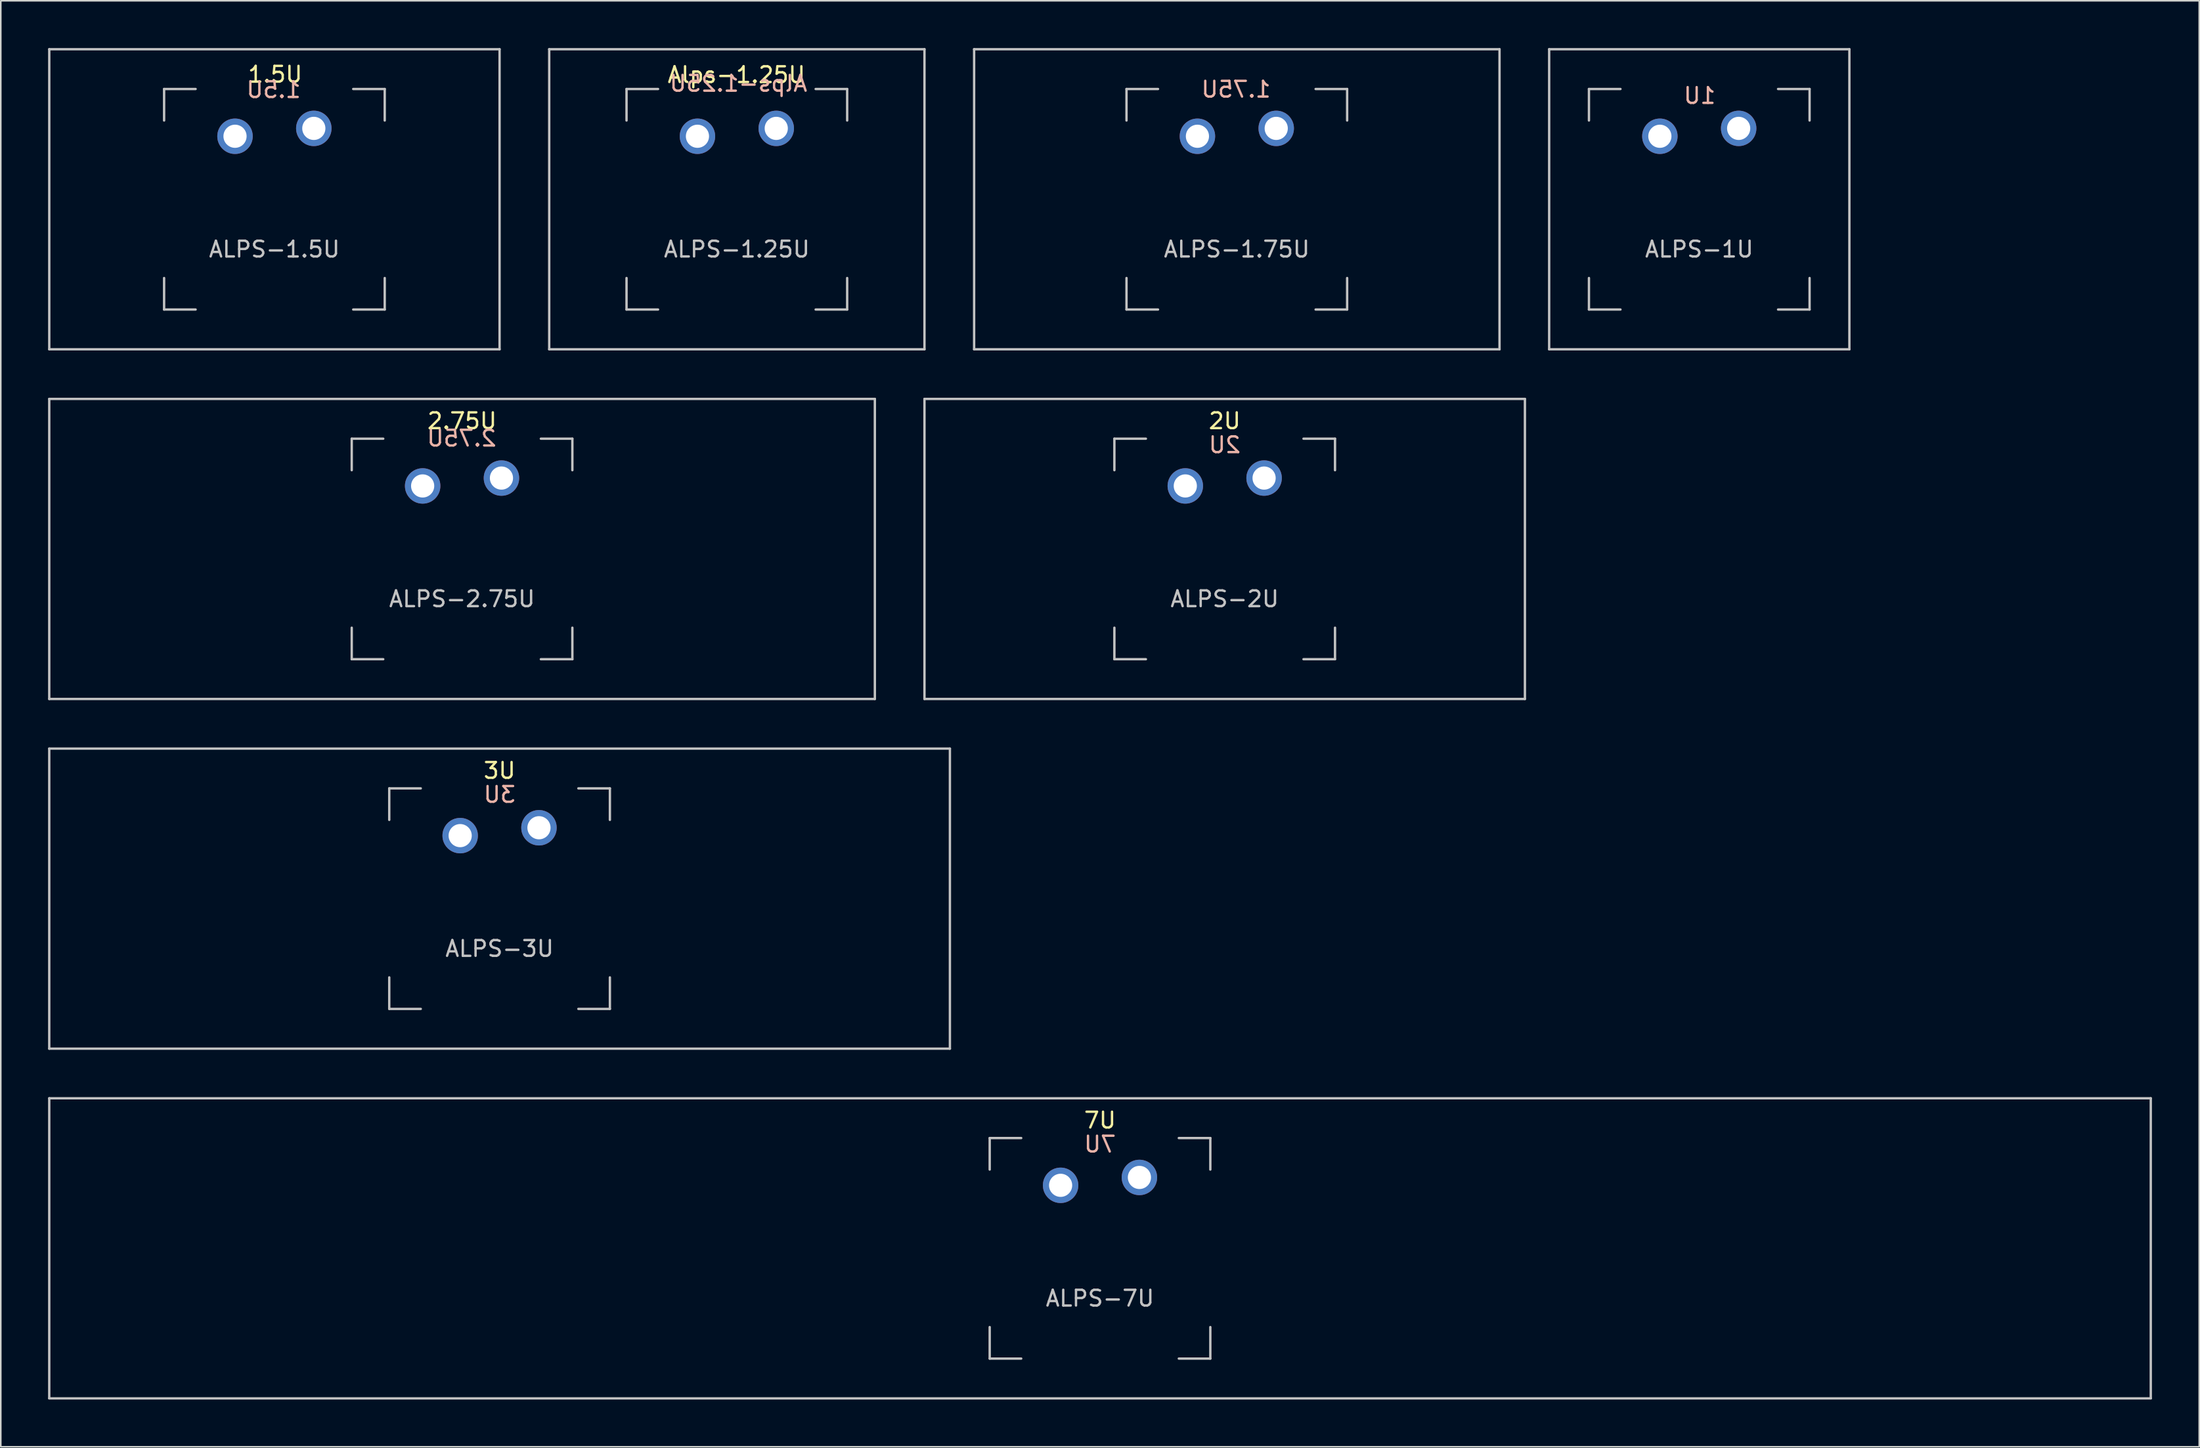
<source format=kicad_pcb>
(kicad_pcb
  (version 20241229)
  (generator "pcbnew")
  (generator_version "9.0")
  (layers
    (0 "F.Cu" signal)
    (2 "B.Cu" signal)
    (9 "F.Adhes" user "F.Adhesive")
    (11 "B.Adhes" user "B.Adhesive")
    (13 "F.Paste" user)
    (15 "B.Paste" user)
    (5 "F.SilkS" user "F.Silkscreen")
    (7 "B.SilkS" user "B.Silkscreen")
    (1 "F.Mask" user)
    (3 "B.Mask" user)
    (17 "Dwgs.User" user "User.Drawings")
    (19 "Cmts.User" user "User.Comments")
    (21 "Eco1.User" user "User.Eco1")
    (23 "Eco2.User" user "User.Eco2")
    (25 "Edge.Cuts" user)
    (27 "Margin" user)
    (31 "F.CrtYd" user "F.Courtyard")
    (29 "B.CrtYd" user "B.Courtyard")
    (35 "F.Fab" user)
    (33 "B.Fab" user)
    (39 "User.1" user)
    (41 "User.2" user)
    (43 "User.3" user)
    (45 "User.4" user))
  (footprint "ALPS-3U"
    (layer "F.Cu")
    (at 28.65 54)
    (property "Reference" "ALPS-3U" (at 0 3.175 0) (layer "Dwgs.User") (effects (font (size 1 1) (thickness 0.15))))
    (property "Value" "3U" (at 0 -7.938 0) (layer "Dwgs.User") (hide yes) (effects (font (size 1 1) (thickness 0.15))))
    (attr through_hole)
    (fp_line (start -28.575 -9.525) (end 28.575 -9.525) (stroke (width 0.15) (type solid)) (layer "Dwgs.User"))
    (fp_line (start -28.575 9.525) (end -28.575 -9.525) (stroke (width 0.15) (type solid)) (layer "Dwgs.User"))
    (fp_line (start -28.575 9.525) (end 28.575 9.525) (stroke (width 0.15) (type solid)) (layer "Dwgs.User"))
    (fp_line (start -7 -7) (end -7 -5) (stroke (width 0.15) (type solid)) (layer "Dwgs.User"))
    (fp_line (start -7 5) (end -7 7) (stroke (width 0.15) (type solid)) (layer "Dwgs.User"))
    (fp_line (start -7 7) (end -5 7) (stroke (width 0.15) (type solid)) (layer "Dwgs.User"))
    (fp_line (start -5 -7) (end -7 -7) (stroke (width 0.15) (type solid)) (layer "Dwgs.User"))
    (fp_line (start 5 -7) (end 7 -7) (stroke (width 0.15) (type solid)) (layer "Dwgs.User"))
    (fp_line (start 5 7) (end 7 7) (stroke (width 0.15) (type solid)) (layer "Dwgs.User"))
    (fp_line (start 7 -7) (end 7 -5) (stroke (width 0.15) (type solid)) (layer "Dwgs.User"))
    (fp_line (start 7 7) (end 7 5) (stroke (width 0.15) (type solid)) (layer "Dwgs.User"))
    (fp_line (start 28.575 -9.525) (end 28.575 9.525) (stroke (width 0.15) (type solid)) (layer "Dwgs.User"))
    (fp_text user "${VALUE}" (at 0 -8.128 0) (layer "F.SilkS") (effects (font (size 1 1) (thickness 0.15))))
    (fp_text user "${VALUE}" (at 0 -6.604 0) (layer "B.SilkS") (effects (font (size 1 1) (thickness 0.15)) (justify mirror)))
    (pad "1" thru_hole circle (at -2.5 -4) (size 2.25 2.25) (drill 1.47) (layers "*.Cu" "*.Mask"))
    (pad "2" thru_hole circle (at 2.5 -4.5) (size 2.25 2.25) (drill 1.47) (layers "*.Cu" "*.Mask")))
  (footprint "ALPS-1.25U"
    (layer "F.Cu")
    (at 43.706 9.6)
    (property "Reference" "ALPS-1.25U" (at 0 3.175 0) (layer "Dwgs.User") (effects (font (size 1 1) (thickness 0.15))))
    (property "Value" "Alps-1.25U" (at 0 -7.938 0) (layer "Dwgs.User") (hide yes) (effects (font (size 1 1) (thickness 0.15))))
    (attr through_hole)
    (fp_line (start -11.906 -9.525) (end 11.906 -9.525) (stroke (width 0.15) (type solid)) (layer "Dwgs.User"))
    (fp_line (start -11.906 9.525) (end -11.906 -9.525) (stroke (width 0.15) (type solid)) (layer "Dwgs.User"))
    (fp_line (start -11.906 9.525) (end 11.906 9.525) (stroke (width 0.15) (type solid)) (layer "Dwgs.User"))
    (fp_line (start -7 -7) (end -7 -5) (stroke (width 0.15) (type solid)) (layer "Dwgs.User"))
    (fp_line (start -7 5) (end -7 7) (stroke (width 0.15) (type solid)) (layer "Dwgs.User"))
    (fp_line (start -7 7) (end -5 7) (stroke (width 0.15) (type solid)) (layer "Dwgs.User"))
    (fp_line (start -5 -7) (end -7 -7) (stroke (width 0.15) (type solid)) (layer "Dwgs.User"))
    (fp_line (start 5 -7) (end 7 -7) (stroke (width 0.15) (type solid)) (layer "Dwgs.User"))
    (fp_line (start 5 7) (end 7 7) (stroke (width 0.15) (type solid)) (layer "Dwgs.User"))
    (fp_line (start 7 -7) (end 7 -5) (stroke (width 0.15) (type solid)) (layer "Dwgs.User"))
    (fp_line (start 7 7) (end 7 5) (stroke (width 0.15) (type solid)) (layer "Dwgs.User"))
    (fp_line (start 11.906 -9.525) (end 11.906 9.525) (stroke (width 0.15) (type solid)) (layer "Dwgs.User"))
    (fp_text user "${VALUE}" (at -0.025 -7.9 0) (layer "F.SilkS") (effects (font (size 1 1) (thickness 0.15))))
    (fp_text user "${VALUE}" (at 0.1 -7.35 0) (layer "B.SilkS") (effects (font (size 1 1) (thickness 0.15)) (justify mirror)))
    (pad "1" thru_hole circle (at -2.5 -4) (size 2.25 2.25) (drill 1.47) (layers "*.Cu" "*.Mask"))
    (pad "2" thru_hole circle (at 2.5 -4.5) (size 2.25 2.25) (drill 1.47) (layers "*.Cu" "*.Mask")))
  (footprint "ALPS-7U"
    (layer "F.Cu")
    (at 66.75 76.2)
    (property "Reference" "ALPS-7U" (at 0 3.175 0) (layer "Dwgs.User") (effects (font (size 1 1) (thickness 0.15))))
    (property "Value" "7U" (at 0 -7.938 0) (layer "Dwgs.User") (hide yes) (effects (font (size 1 1) (thickness 0.15))))
    (attr through_hole)
    (fp_line (start -66.675 -9.525) (end 66.675 -9.525) (stroke (width 0.15) (type solid)) (layer "Dwgs.User"))
    (fp_line (start -66.675 9.525) (end -66.675 -9.525) (stroke (width 0.15) (type solid)) (layer "Dwgs.User"))
    (fp_line (start -66.675 9.525) (end 66.675 9.525) (stroke (width 0.15) (type solid)) (layer "Dwgs.User"))
    (fp_line (start -7 -7) (end -7 -5) (stroke (width 0.15) (type solid)) (layer "Dwgs.User"))
    (fp_line (start -7 5) (end -7 7) (stroke (width 0.15) (type solid)) (layer "Dwgs.User"))
    (fp_line (start -7 7) (end -5 7) (stroke (width 0.15) (type solid)) (layer "Dwgs.User"))
    (fp_line (start -5 -7) (end -7 -7) (stroke (width 0.15) (type solid)) (layer "Dwgs.User"))
    (fp_line (start 5 -7) (end 7 -7) (stroke (width 0.15) (type solid)) (layer "Dwgs.User"))
    (fp_line (start 5 7) (end 7 7) (stroke (width 0.15) (type solid)) (layer "Dwgs.User"))
    (fp_line (start 7 -7) (end 7 -5) (stroke (width 0.15) (type solid)) (layer "Dwgs.User"))
    (fp_line (start 7 7) (end 7 5) (stroke (width 0.15) (type solid)) (layer "Dwgs.User"))
    (fp_line (start 66.675 -9.525) (end 66.675 9.525) (stroke (width 0.15) (type solid)) (layer "Dwgs.User"))
    (fp_text user "${VALUE}" (at 0 -8.128 0) (layer "F.SilkS") (effects (font (size 1 1) (thickness 0.15))))
    (fp_text user "${VALUE}" (at 0 -6.604 0) (layer "B.SilkS") (effects (font (size 1 1) (thickness 0.15)) (justify mirror)))
    (pad "1" thru_hole circle (at -2.5 -4) (size 2.25 2.25) (drill 1.47) (layers "*.Cu" "*.Mask"))
    (pad "2" thru_hole oval (at 2.5 -4.5 86) (size 2.25 2.25) (drill 1.47) (layers "*.Cu" "*.Mask")))
  (footprint "ALPS-1U"
    (layer "F.Cu")
    (at 104.775 9.6)
    (property "Reference" "ALPS-1U" (at 0 3.175 0) (layer "Dwgs.User") (effects (font (size 1 1) (thickness 0.15))))
    (property "Value" "1U" (at 0 -7.938 0) (layer "Dwgs.User") (hide yes) (effects (font (size 1 1) (thickness 0.15))))
    (attr through_hole)
    (fp_line (start -9.525 -9.525) (end 9.525 -9.525) (stroke (width 0.15) (type solid)) (layer "Dwgs.User"))
    (fp_line (start -9.525 9.525) (end -9.525 -9.525) (stroke (width 0.15) (type solid)) (layer "Dwgs.User"))
    (fp_line (start -9.525 9.525) (end 9.525 9.525) (stroke (width 0.15) (type solid)) (layer "Dwgs.User"))
    (fp_line (start -7 -7) (end -7 -5) (stroke (width 0.15) (type solid)) (layer "Dwgs.User"))
    (fp_line (start -7 5) (end -7 7) (stroke (width 0.15) (type solid)) (layer "Dwgs.User"))
    (fp_line (start -7 7) (end -5 7) (stroke (width 0.15) (type solid)) (layer "Dwgs.User"))
    (fp_line (start -5 -7) (end -7 -7) (stroke (width 0.15) (type solid)) (layer "Dwgs.User"))
    (fp_line (start 5 -7) (end 7 -7) (stroke (width 0.15) (type solid)) (layer "Dwgs.User"))
    (fp_line (start 5 7) (end 7 7) (stroke (width 0.15) (type solid)) (layer "Dwgs.User"))
    (fp_line (start 7 -7) (end 7 -5) (stroke (width 0.15) (type solid)) (layer "Dwgs.User"))
    (fp_line (start 7 7) (end 7 5) (stroke (width 0.15) (type solid)) (layer "Dwgs.User"))
    (fp_line (start 9.525 -9.525) (end 9.525 9.525) (stroke (width 0.15) (type solid)) (layer "Dwgs.User"))
    (fp_text user "${VALUE}" (at 0.025 -6.575 0) (layer "B.SilkS") (effects (font (size 1 1) (thickness 0.15)) (justify mirror)))
    (pad "1" thru_hole circle (at -2.5 -4) (size 2.25 2.25) (drill 1.47) (layers "*.Cu" "*.Mask"))
    (pad "2" thru_hole circle (at 2.5 -4.5) (size 2.25 2.25) (drill 1.47) (layers "*.Cu" "*.Mask")))
  (footprint "ALPS-2.75U"
    (layer "F.Cu")
    (at 26.269 31.8)
    (property "Reference" "ALPS-2.75U" (at 0 3.175 0) (layer "Dwgs.User") (effects (font (size 1 1) (thickness 0.15))))
    (property "Value" "2.75U" (at 0 -7.938 0) (layer "Dwgs.User") (hide yes) (effects (font (size 1 1) (thickness 0.15))))
    (attr through_hole)
    (fp_line (start -26.194 -9.525) (end 26.194 -9.525) (stroke (width 0.15) (type solid)) (layer "Dwgs.User"))
    (fp_line (start -26.194 9.525) (end -26.194 -9.525) (stroke (width 0.15) (type solid)) (layer "Dwgs.User"))
    (fp_line (start -26.194 9.525) (end 26.194 9.525) (stroke (width 0.15) (type solid)) (layer "Dwgs.User"))
    (fp_line (start -7 -7) (end -7 -5) (stroke (width 0.15) (type solid)) (layer "Dwgs.User"))
    (fp_line (start -7 5) (end -7 7) (stroke (width 0.15) (type solid)) (layer "Dwgs.User"))
    (fp_line (start -7 7) (end -5 7) (stroke (width 0.15) (type solid)) (layer "Dwgs.User"))
    (fp_line (start -5 -7) (end -7 -7) (stroke (width 0.15) (type solid)) (layer "Dwgs.User"))
    (fp_line (start 5 -7) (end 7 -7) (stroke (width 0.15) (type solid)) (layer "Dwgs.User"))
    (fp_line (start 5 7) (end 7 7) (stroke (width 0.15) (type solid)) (layer "Dwgs.User"))
    (fp_line (start 7 -7) (end 7 -5) (stroke (width 0.15) (type solid)) (layer "Dwgs.User"))
    (fp_line (start 7 7) (end 7 5) (stroke (width 0.15) (type solid)) (layer "Dwgs.User"))
    (fp_line (start 26.194 -9.525) (end 26.194 9.525) (stroke (width 0.15) (type solid)) (layer "Dwgs.User"))
    (fp_text user "${VALUE}" (at 0 -8.128 0) (layer "F.SilkS") (effects (font (size 1 1) (thickness 0.15))))
    (fp_text user "${VALUE}" (at -0.025 -7.025 0) (layer "B.SilkS") (effects (font (size 1 1) (thickness 0.15)) (justify mirror)))
    (pad "1" thru_hole circle (at -2.5 -4) (size 2.25 2.25) (drill 1.47) (layers "*.Cu" "*.Mask"))
    (pad "2" thru_hole circle (at 2.5 -4.5) (size 2.25 2.25) (drill 1.47) (layers "*.Cu" "*.Mask")))
  (footprint "ALPS-1.5U"
    (layer "F.Cu")
    (at 14.363 9.6)
    (property "Reference" "ALPS-1.5U" (at 0 3.175 0) (layer "Dwgs.User") (effects (font (size 1 1) (thickness 0.15))))
    (property "Value" "1.5U" (at 0 -7.938 0) (layer "Dwgs.User") (hide yes) (effects (font (size 1 1) (thickness 0.15))))
    (attr through_hole)
    (fp_line (start -14.287 -9.525) (end 14.287 -9.525) (stroke (width 0.15) (type solid)) (layer "Dwgs.User"))
    (fp_line (start -14.287 9.525) (end -14.287 -9.525) (stroke (width 0.15) (type solid)) (layer "Dwgs.User"))
    (fp_line (start -14.287 9.525) (end 14.287 9.525) (stroke (width 0.15) (type solid)) (layer "Dwgs.User"))
    (fp_line (start -7 -7) (end -7 -5) (stroke (width 0.15) (type solid)) (layer "Dwgs.User"))
    (fp_line (start -7 5) (end -7 7) (stroke (width 0.15) (type solid)) (layer "Dwgs.User"))
    (fp_line (start -7 7) (end -5 7) (stroke (width 0.15) (type solid)) (layer "Dwgs.User"))
    (fp_line (start -5 -7) (end -7 -7) (stroke (width 0.15) (type solid)) (layer "Dwgs.User"))
    (fp_line (start 5 -7) (end 7 -7) (stroke (width 0.15) (type solid)) (layer "Dwgs.User"))
    (fp_line (start 5 7) (end 7 7) (stroke (width 0.15) (type solid)) (layer "Dwgs.User"))
    (fp_line (start 7 -7) (end 7 -5) (stroke (width 0.15) (type solid)) (layer "Dwgs.User"))
    (fp_line (start 7 7) (end 7 5) (stroke (width 0.15) (type solid)) (layer "Dwgs.User"))
    (fp_line (start 14.287 -9.525) (end 14.287 9.525) (stroke (width 0.15) (type solid)) (layer "Dwgs.User"))
    (fp_text user "${VALUE}" (at 0.05 -7.925 0) (layer "F.SilkS") (effects (font (size 1 1) (thickness 0.15))))
    (fp_text user "${VALUE}" (at -0.05 -6.95 0) (layer "B.SilkS") (effects (font (size 1 1) (thickness 0.15)) (justify mirror)))
    (pad "1" thru_hole circle (at -2.5 -4) (size 2.25 2.25) (drill 1.47) (layers "*.Cu" "*.Mask"))
    (pad "2" thru_hole circle (at 2.5 -4.5) (size 2.25 2.25) (drill 1.47) (layers "*.Cu" "*.Mask")))
  (footprint "ALPS-1.75U"
    (layer "F.Cu")
    (at 75.431 9.6)
    (property "Reference" "ALPS-1.75U" (at 0 3.175 0) (layer "Dwgs.User") (effects (font (size 1 1) (thickness 0.15))))
    (property "Value" "1.75U" (at 0 -7.938 0) (layer "Dwgs.User") (hide yes) (effects (font (size 1 1) (thickness 0.15))))
    (attr through_hole)
    (fp_line (start -16.669 -9.525) (end 16.669 -9.525) (stroke (width 0.15) (type solid)) (layer "Dwgs.User"))
    (fp_line (start -16.669 9.525) (end -16.669 -9.525) (stroke (width 0.15) (type solid)) (layer "Dwgs.User"))
    (fp_line (start -16.669 9.525) (end 16.669 9.525) (stroke (width 0.15) (type solid)) (layer "Dwgs.User"))
    (fp_line (start -7 -7) (end -7 -5) (stroke (width 0.15) (type solid)) (layer "Dwgs.User"))
    (fp_line (start -7 5) (end -7 7) (stroke (width 0.15) (type solid)) (layer "Dwgs.User"))
    (fp_line (start -7 7) (end -5 7) (stroke (width 0.15) (type solid)) (layer "Dwgs.User"))
    (fp_line (start -5 -7) (end -7 -7) (stroke (width 0.15) (type solid)) (layer "Dwgs.User"))
    (fp_line (start 5 -7) (end 7 -7) (stroke (width 0.15) (type solid)) (layer "Dwgs.User"))
    (fp_line (start 5 7) (end 7 7) (stroke (width 0.15) (type solid)) (layer "Dwgs.User"))
    (fp_line (start 7 -7) (end 7 -5) (stroke (width 0.15) (type solid)) (layer "Dwgs.User"))
    (fp_line (start 7 7) (end 7 5) (stroke (width 0.15) (type solid)) (layer "Dwgs.User"))
    (fp_line (start 16.669 -9.525) (end 16.669 9.525) (stroke (width 0.15) (type solid)) (layer "Dwgs.User"))
    (fp_text user "${VALUE}" (at -0.05 -6.975 0) (layer "B.SilkS") (effects (font (size 1 1) (thickness 0.15)) (justify mirror)))
    (pad "1" thru_hole circle (at -2.5 -4) (size 2.25 2.25) (drill 1.47) (layers "*.Cu" "*.Mask"))
    (pad "2" thru_hole circle (at 2.5 -4.5) (size 2.25 2.25) (drill 1.47) (layers "*.Cu" "*.Mask")))
  (footprint "ALPS-2U"
    (layer "F.Cu")
    (at 74.662 31.8)
    (property "Reference" "ALPS-2U" (at 0 3.175 0) (layer "Dwgs.User") (effects (font (size 1 1) (thickness 0.15))))
    (property "Value" "2U" (at 0 -7.938 0) (layer "Dwgs.User") (hide yes) (effects (font (size 1 1) (thickness 0.15))))
    (attr through_hole)
    (fp_line (start -19.05 -9.525) (end 19.05 -9.525) (stroke (width 0.15) (type solid)) (layer "Dwgs.User"))
    (fp_line (start -19.05 9.525) (end -19.05 -9.525) (stroke (width 0.15) (type solid)) (layer "Dwgs.User"))
    (fp_line (start -19.05 9.525) (end 19.05 9.525) (stroke (width 0.15) (type solid)) (layer "Dwgs.User"))
    (fp_line (start -7 -7) (end -7 -5) (stroke (width 0.15) (type solid)) (layer "Dwgs.User"))
    (fp_line (start -7 5) (end -7 7) (stroke (width 0.15) (type solid)) (layer "Dwgs.User"))
    (fp_line (start -7 7) (end -5 7) (stroke (width 0.15) (type solid)) (layer "Dwgs.User"))
    (fp_line (start -5 -7) (end -7 -7) (stroke (width 0.15) (type solid)) (layer "Dwgs.User"))
    (fp_line (start 5 -7) (end 7 -7) (stroke (width 0.15) (type solid)) (layer "Dwgs.User"))
    (fp_line (start 5 7) (end 7 7) (stroke (width 0.15) (type solid)) (layer "Dwgs.User"))
    (fp_line (start 7 -7) (end 7 -5) (stroke (width 0.15) (type solid)) (layer "Dwgs.User"))
    (fp_line (start 7 7) (end 7 5) (stroke (width 0.15) (type solid)) (layer "Dwgs.User"))
    (fp_line (start 19.05 -9.525) (end 19.05 9.525) (stroke (width 0.15) (type solid)) (layer "Dwgs.User"))
    (fp_text user "${VALUE}" (at 0 -8.128 0) (layer "F.SilkS") (effects (font (size 1 1) (thickness 0.15))))
    (fp_text user "${VALUE}" (at 0 -6.604 0) (layer "B.SilkS") (effects (font (size 1 1) (thickness 0.15)) (justify mirror)))
    (pad "1" thru_hole circle (at -2.5 -4) (size 2.25 2.25) (drill 1.47) (layers "*.Cu" "*.Mask"))
    (pad "2" thru_hole circle (at 2.5 -4.5) (size 2.25 2.25) (drill 1.47) (layers "*.Cu" "*.Mask")))
  (gr_rect
    (start -3 -3)
    (end 136.5 88.8)
    (stroke (width 0.1) (type default))
    (fill no)
    (layer "Edge.Cuts")))
</source>
